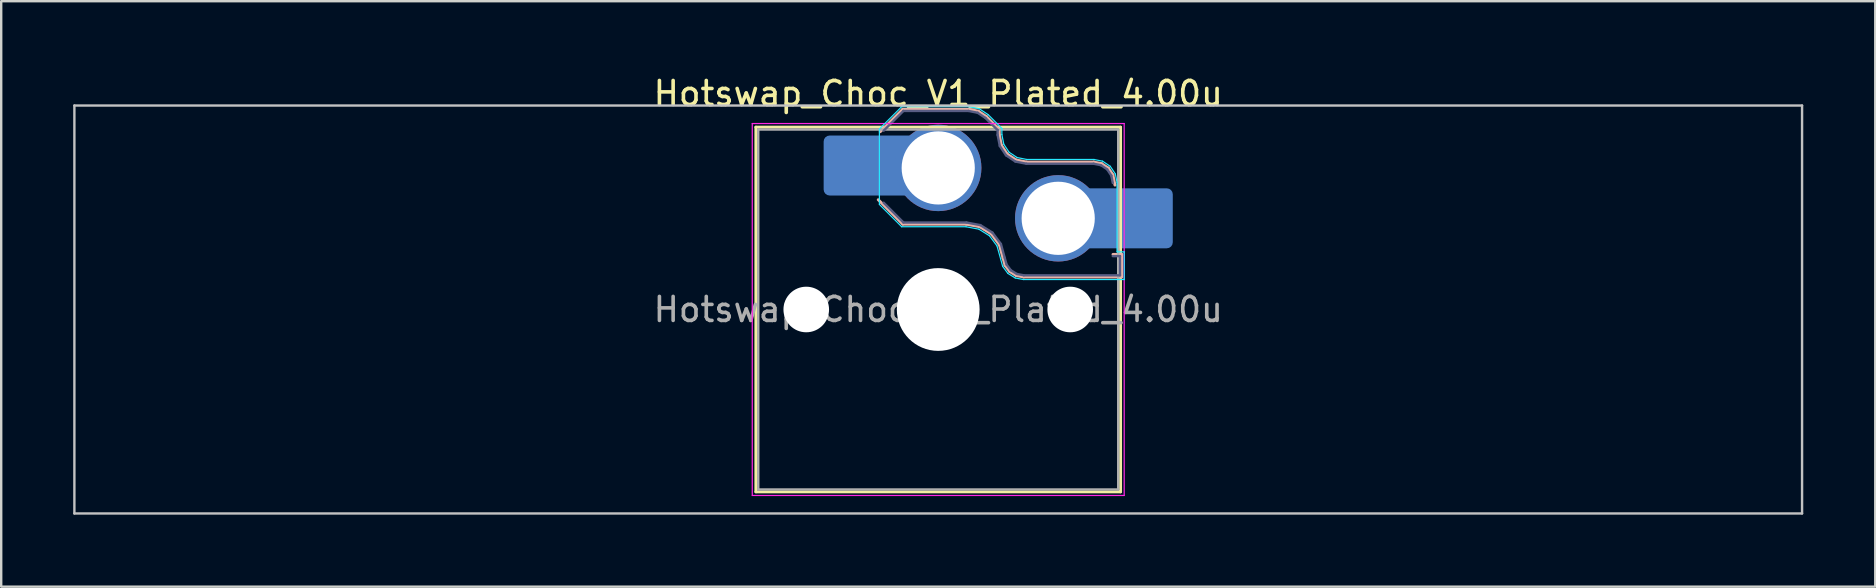
<source format=kicad_pcb>
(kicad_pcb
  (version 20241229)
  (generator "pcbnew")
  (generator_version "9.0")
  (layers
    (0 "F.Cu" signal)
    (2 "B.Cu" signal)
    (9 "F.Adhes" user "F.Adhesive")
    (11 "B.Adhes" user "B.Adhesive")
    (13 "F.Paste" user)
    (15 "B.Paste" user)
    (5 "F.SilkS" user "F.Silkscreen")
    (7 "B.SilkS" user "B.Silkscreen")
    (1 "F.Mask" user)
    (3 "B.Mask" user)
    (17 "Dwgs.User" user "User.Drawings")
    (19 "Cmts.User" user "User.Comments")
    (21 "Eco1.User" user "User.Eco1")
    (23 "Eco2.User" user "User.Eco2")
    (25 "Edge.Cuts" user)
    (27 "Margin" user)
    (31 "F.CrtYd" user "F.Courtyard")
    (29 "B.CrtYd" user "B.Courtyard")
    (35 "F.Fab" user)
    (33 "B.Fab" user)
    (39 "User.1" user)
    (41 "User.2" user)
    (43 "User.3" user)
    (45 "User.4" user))
  (footprint "Hotswap_Choc_V1_Plated_4.00u"
    (layer "F.Cu")
    (at 36.05 9.848)
    (property "Reference" "Hotswap_Choc_V1_Plated_4.00u" (at 0 -9 0) (layer "F.SilkS") (effects (font (size 1 1) (thickness 0.15))))
    (attr smd allow_soldermask_bridges)
    (fp_line (start -7.6 -7.6) (end -7.6 7.6) (stroke (width 0.12) (type solid)) (layer "F.SilkS"))
    (fp_line (start -7.6 7.6) (end 7.6 7.6) (stroke (width 0.12) (type solid)) (layer "F.SilkS"))
    (fp_line (start 7.6 -7.6) (end -7.6 -7.6) (stroke (width 0.12) (type solid)) (layer "F.SilkS"))
    (fp_line (start 7.6 7.6) (end 7.6 -7.6) (stroke (width 0.12) (type solid)) (layer "F.SilkS"))
    (fp_line (start -2.416 -7.409) (end -1.479 -8.346) (stroke (width 0.12) (type solid)) (layer "B.SilkS"))
    (fp_line (start -1.479 -8.346) (end 1.268 -8.346) (stroke (width 0.12) (type solid)) (layer "B.SilkS"))
    (fp_line (start -1.479 -3.554) (end -2.5 -4.575) (stroke (width 0.12) (type solid)) (layer "B.SilkS"))
    (fp_line (start 1.168 -3.554) (end -1.479 -3.554) (stroke (width 0.12) (type solid)) (layer "B.SilkS"))
    (fp_line (start 1.268 -8.346) (end 1.671 -8.266) (stroke (width 0.12) (type solid)) (layer "B.SilkS"))
    (fp_line (start 1.671 -8.266) (end 2.013 -8.037) (stroke (width 0.12) (type solid)) (layer "B.SilkS"))
    (fp_line (start 1.73 -3.449) (end 1.168 -3.554) (stroke (width 0.12) (type solid)) (layer "B.SilkS"))
    (fp_line (start 2.013 -8.037) (end 2.546 -7.504) (stroke (width 0.12) (type solid)) (layer "B.SilkS"))
    (fp_line (start 2.209 -3.15) (end 1.73 -3.449) (stroke (width 0.12) (type solid)) (layer "B.SilkS"))
    (fp_line (start 2.546 -7.504) (end 2.546 -7.282) (stroke (width 0.12) (type solid)) (layer "B.SilkS"))
    (fp_line (start 2.546 -7.282) (end 2.633 -6.844) (stroke (width 0.12) (type solid)) (layer "B.SilkS"))
    (fp_line (start 2.547 -2.697) (end 2.209 -3.15) (stroke (width 0.12) (type solid)) (layer "B.SilkS"))
    (fp_line (start 2.633 -6.844) (end 2.877 -6.477) (stroke (width 0.12) (type solid)) (layer "B.SilkS"))
    (fp_line (start 2.701 -2.139) (end 2.547 -2.697) (stroke (width 0.12) (type solid)) (layer "B.SilkS"))
    (fp_line (start 2.783 -1.841) (end 2.701 -2.139) (stroke (width 0.12) (type solid)) (layer "B.SilkS"))
    (fp_line (start 2.877 -6.477) (end 3.244 -6.233) (stroke (width 0.12) (type solid)) (layer "B.SilkS"))
    (fp_line (start 2.976 -1.583) (end 2.783 -1.841) (stroke (width 0.12) (type solid)) (layer "B.SilkS"))
    (fp_line (start 3.244 -6.233) (end 3.682 -6.146) (stroke (width 0.12) (type solid)) (layer "B.SilkS"))
    (fp_line (start 3.25 -1.413) (end 2.976 -1.583) (stroke (width 0.12) (type solid)) (layer "B.SilkS"))
    (fp_line (start 3.56 -1.354) (end 3.25 -1.413) (stroke (width 0.12) (type solid)) (layer "B.SilkS"))
    (fp_line (start 3.682 -6.146) (end 6.482 -6.146) (stroke (width 0.12) (type solid)) (layer "B.SilkS"))
    (fp_line (start 6.482 -6.146) (end 6.809 -6.081) (stroke (width 0.12) (type solid)) (layer "B.SilkS"))
    (fp_line (start 6.809 -6.081) (end 7.092 -5.892) (stroke (width 0.12) (type solid)) (layer "B.SilkS"))
    (fp_line (start 7.092 -5.892) (end 7.281 -5.609) (stroke (width 0.12) (type solid)) (layer "B.SilkS"))
    (fp_line (start 7.281 -5.609) (end 7.366 -5.182) (stroke (width 0.12) (type solid)) (layer "B.SilkS"))
    (fp_line (start 7.283 -2.296) (end 7.646 -2.296) (stroke (width 0.12) (type solid)) (layer "B.SilkS"))
    (fp_line (start 7.646 -2.296) (end 7.646 -1.354) (stroke (width 0.12) (type solid)) (layer "B.SilkS"))
    (fp_line (start 7.646 -1.354) (end 3.56 -1.354) (stroke (width 0.12) (type solid)) (layer "B.SilkS"))
    (fp_line (start -36 -8.5) (end -36 8.5) (stroke (width 0.1) (type solid)) (layer "Dwgs.User"))
    (fp_line (start -36 8.5) (end 36 8.5) (stroke (width 0.1) (type solid)) (layer "Dwgs.User"))
    (fp_line (start 36 -8.5) (end -36 -8.5) (stroke (width 0.1) (type solid)) (layer "Dwgs.User"))
    (fp_line (start 36 8.5) (end 36 -8.5) (stroke (width 0.1) (type solid)) (layer "Dwgs.User"))
    (fp_line (start -7.25 -7.25) (end -7.25 7.25) (stroke (width 0.1) (type solid)) (layer "Eco1.User"))
    (fp_line (start -7.25 7.25) (end 7.25 7.25) (stroke (width 0.1) (type solid)) (layer "Eco1.User"))
    (fp_line (start 7.25 -7.25) (end -7.25 -7.25) (stroke (width 0.1) (type solid)) (layer "Eco1.User"))
    (fp_line (start 7.25 7.25) (end 7.25 -7.25) (stroke (width 0.1) (type solid)) (layer "Eco1.User"))
    (fp_line (start -2.452 -7.523) (end -1.523 -8.452) (stroke (width 0.05) (type solid)) (layer "B.CrtYd"))
    (fp_line (start -2.452 -4.377) (end -2.452 -7.523) (stroke (width 0.05) (type solid)) (layer "B.CrtYd"))
    (fp_line (start -1.523 -8.452) (end 1.278 -8.452) (stroke (width 0.05) (type solid)) (layer "B.CrtYd"))
    (fp_line (start -1.523 -3.448) (end -2.452 -4.377) (stroke (width 0.05) (type solid)) (layer "B.CrtYd"))
    (fp_line (start 1.159 -3.448) (end -1.523 -3.448) (stroke (width 0.05) (type solid)) (layer "B.CrtYd"))
    (fp_line (start 1.278 -8.452) (end 1.712 -8.366) (stroke (width 0.05) (type solid)) (layer "B.CrtYd"))
    (fp_line (start 1.691 -3.348) (end 1.159 -3.448) (stroke (width 0.05) (type solid)) (layer "B.CrtYd"))
    (fp_line (start 1.712 -8.366) (end 2.081 -8.119) (stroke (width 0.05) (type solid)) (layer "B.CrtYd"))
    (fp_line (start 2.081 -8.119) (end 2.652 -7.548) (stroke (width 0.05) (type solid)) (layer "B.CrtYd"))
    (fp_line (start 2.136 -3.071) (end 1.691 -3.348) (stroke (width 0.05) (type solid)) (layer "B.CrtYd"))
    (fp_line (start 2.45 -2.65) (end 2.136 -3.071) (stroke (width 0.05) (type solid)) (layer "B.CrtYd"))
    (fp_line (start 2.599 -2.111) (end 2.45 -2.65) (stroke (width 0.05) (type solid)) (layer "B.CrtYd"))
    (fp_line (start 2.652 -7.548) (end 2.652 -7.292) (stroke (width 0.05) (type solid)) (layer "B.CrtYd"))
    (fp_line (start 2.652 -7.292) (end 2.733 -6.885) (stroke (width 0.05) (type solid)) (layer "B.CrtYd"))
    (fp_line (start 2.687 -1.794) (end 2.599 -2.111) (stroke (width 0.05) (type solid)) (layer "B.CrtYd"))
    (fp_line (start 2.733 -6.885) (end 2.953 -6.553) (stroke (width 0.05) (type solid)) (layer "B.CrtYd"))
    (fp_line (start 2.903 -1.503) (end 2.687 -1.794) (stroke (width 0.05) (type solid)) (layer "B.CrtYd"))
    (fp_line (start 2.953 -6.553) (end 3.285 -6.333) (stroke (width 0.05) (type solid)) (layer "B.CrtYd"))
    (fp_line (start 3.211 -1.312) (end 2.903 -1.503) (stroke (width 0.05) (type solid)) (layer "B.CrtYd"))
    (fp_line (start 3.285 -6.333) (end 3.692 -6.252) (stroke (width 0.05) (type solid)) (layer "B.CrtYd"))
    (fp_line (start 3.55 -1.248) (end 3.211 -1.312) (stroke (width 0.05) (type solid)) (layer "B.CrtYd"))
    (fp_line (start 3.692 -6.252) (end 6.492 -6.252) (stroke (width 0.05) (type solid)) (layer "B.CrtYd"))
    (fp_line (start 6.492 -6.252) (end 6.85 -6.181) (stroke (width 0.05) (type solid)) (layer "B.CrtYd"))
    (fp_line (start 6.85 -6.181) (end 7.168 -5.968) (stroke (width 0.05) (type solid)) (layer "B.CrtYd"))
    (fp_line (start 7.168 -5.968) (end 7.381 -5.65) (stroke (width 0.05) (type solid)) (layer "B.CrtYd"))
    (fp_line (start 7.381 -5.65) (end 7.452 -5.292) (stroke (width 0.05) (type solid)) (layer "B.CrtYd"))
    (fp_line (start 7.452 -5.292) (end 7.452 -2.402) (stroke (width 0.05) (type solid)) (layer "B.CrtYd"))
    (fp_line (start 7.452 -2.402) (end 7.752 -2.402) (stroke (width 0.05) (type solid)) (layer "B.CrtYd"))
    (fp_line (start 7.752 -2.402) (end 7.752 -1.248) (stroke (width 0.05) (type solid)) (layer "B.CrtYd"))
    (fp_line (start 7.752 -1.248) (end 3.55 -1.248) (stroke (width 0.05) (type solid)) (layer "B.CrtYd"))
    (fp_line (start -7.75 -7.75) (end -7.75 7.75) (stroke (width 0.05) (type solid)) (layer "F.CrtYd"))
    (fp_line (start -7.75 7.75) (end 7.75 7.75) (stroke (width 0.05) (type solid)) (layer "F.CrtYd"))
    (fp_line (start 7.75 -7.75) (end -7.75 -7.75) (stroke (width 0.05) (type solid)) (layer "F.CrtYd"))
    (fp_line (start 7.75 7.75) (end 7.75 -7.75) (stroke (width 0.05) (type solid)) (layer "F.CrtYd"))
    (fp_line (start -2.275 -7.45) (end -1.45 -8.275) (stroke (width 0.1) (type solid)) (layer "B.Fab"))
    (fp_line (start -1.45 -8.275) (end 1.261 -8.275) (stroke (width 0.1) (type solid)) (layer "B.Fab"))
    (fp_line (start -1.45 -3.625) (end -2.275 -4.45) (stroke (width 0.1) (type solid)) (layer "B.Fab"))
    (fp_line (start 1.175 -3.625) (end -1.45 -3.625) (stroke (width 0.1) (type solid)) (layer "B.Fab"))
    (fp_line (start 1.261 -8.275) (end 1.643 -8.199) (stroke (width 0.1) (type solid)) (layer "B.Fab"))
    (fp_line (start 1.643 -8.199) (end 1.968 -7.982) (stroke (width 0.1) (type solid)) (layer "B.Fab"))
    (fp_line (start 1.756 -3.516) (end 1.175 -3.625) (stroke (width 0.1) (type solid)) (layer "B.Fab"))
    (fp_line (start 1.968 -7.982) (end 2.475 -7.475) (stroke (width 0.1) (type solid)) (layer "B.Fab"))
    (fp_line (start 2.258 -3.203) (end 1.756 -3.516) (stroke (width 0.1) (type solid)) (layer "B.Fab"))
    (fp_line (start 2.475 -7.475) (end 2.475 -7.275) (stroke (width 0.1) (type solid)) (layer "B.Fab"))
    (fp_line (start 2.475 -7.275) (end 2.566 -6.816) (stroke (width 0.1) (type solid)) (layer "B.Fab"))
    (fp_line (start 2.566 -6.816) (end 2.826 -6.426) (stroke (width 0.1) (type solid)) (layer "B.Fab"))
    (fp_line (start 2.612 -2.729) (end 2.258 -3.203) (stroke (width 0.1) (type solid)) (layer "B.Fab"))
    (fp_line (start 2.769 -2.158) (end 2.612 -2.729) (stroke (width 0.1) (type solid)) (layer "B.Fab"))
    (fp_line (start 2.826 -6.426) (end 3.216 -6.166) (stroke (width 0.1) (type solid)) (layer "B.Fab"))
    (fp_line (start 2.848 -1.873) (end 2.769 -2.158) (stroke (width 0.1) (type solid)) (layer "B.Fab"))
    (fp_line (start 3.025 -1.636) (end 2.848 -1.873) (stroke (width 0.1) (type solid)) (layer "B.Fab"))
    (fp_line (start 3.216 -6.166) (end 3.675 -6.075) (stroke (width 0.1) (type solid)) (layer "B.Fab"))
    (fp_line (start 3.276 -1.48) (end 3.025 -1.636) (stroke (width 0.1) (type solid)) (layer "B.Fab"))
    (fp_line (start 3.567 -1.425) (end 3.276 -1.48) (stroke (width 0.1) (type solid)) (layer "B.Fab"))
    (fp_line (start 3.675 -6.075) (end 6.475 -6.075) (stroke (width 0.1) (type solid)) (layer "B.Fab"))
    (fp_line (start 6.475 -6.075) (end 6.781 -6.014) (stroke (width 0.1) (type solid)) (layer "B.Fab"))
    (fp_line (start 6.781 -6.014) (end 7.041 -5.841) (stroke (width 0.1) (type solid)) (layer "B.Fab"))
    (fp_line (start 7.041 -5.841) (end 7.214 -5.581) (stroke (width 0.1) (type solid)) (layer "B.Fab"))
    (fp_line (start 7.214 -5.581) (end 7.275 -5.275) (stroke (width 0.1) (type solid)) (layer "B.Fab"))
    (fp_line (start 7.275 -2.225) (end 7.575 -2.225) (stroke (width 0.1) (type solid)) (layer "B.Fab"))
    (fp_line (start 7.575 -2.225) (end 7.575 -1.425) (stroke (width 0.1) (type solid)) (layer "B.Fab"))
    (fp_line (start 7.575 -1.425) (end 3.567 -1.425) (stroke (width 0.1) (type solid)) (layer "B.Fab"))
    (fp_line (start -7.5 -7.5) (end -7.5 7.5) (stroke (width 0.1) (type solid)) (layer "F.Fab"))
    (fp_line (start -7.5 7.5) (end 7.5 7.5) (stroke (width 0.1) (type solid)) (layer "F.Fab"))
    (fp_line (start 7.5 -7.5) (end -7.5 -7.5) (stroke (width 0.1) (type solid)) (layer "F.Fab"))
    (fp_line (start 7.5 7.5) (end 7.5 -7.5) (stroke (width 0.1) (type solid)) (layer "F.Fab"))
    (fp_text user "${REFERENCE}" (at 0 0 0) (layer "F.Fab") (effects (font (size 1 1) (thickness 0.15))))
    (pad "" np_thru_hole circle (at -5.5 0) (size 1.9 1.9) (drill 1.9) (layers "*.Cu" "*.Mask"))
    (pad "" smd roundrect (at -3.5 -6) (size 2.55 2.5) (layers "B.Mask" "B.Paste") (roundrect_rratio 0.1))
    (pad "" np_thru_hole circle (at 0 0) (size 3.45 3.45) (drill 3.45) (layers "*.Cu" "*.Mask"))
    (pad "" np_thru_hole circle (at 5.5 0) (size 1.9 1.9) (drill 1.9) (layers "*.Cu" "*.Mask"))
    (pad "" smd roundrect (at 8.5 -3.8) (size 2.55 2.5) (layers "B.Mask" "B.Paste") (roundrect_rratio 0.1))
    (pad "1" smd roundrect (at -2.85 -6) (size 3.85 2.5) (layers "B.Cu") (roundrect_rratio 0.1))
    (pad "1" thru_hole circle (at 0 -5.9) (size 3.6 3.6) (drill 3.05) (layers "*.Cu" "*.Mask"))
    (pad "2" thru_hole circle (at 5 -3.8) (size 3.6 3.6) (drill 3.05) (layers "*.Cu" "*.Mask"))
    (pad "2" smd roundrect (at 7.85 -3.8) (size 3.85 2.5) (layers "B.Cu") (roundrect_rratio 0.1)))
  (gr_rect
    (start -3 -3)
    (end 75.1 21.398)
    (stroke (width 0.1) (type default))
    (fill no)
    (layer "Edge.Cuts")))
</source>
